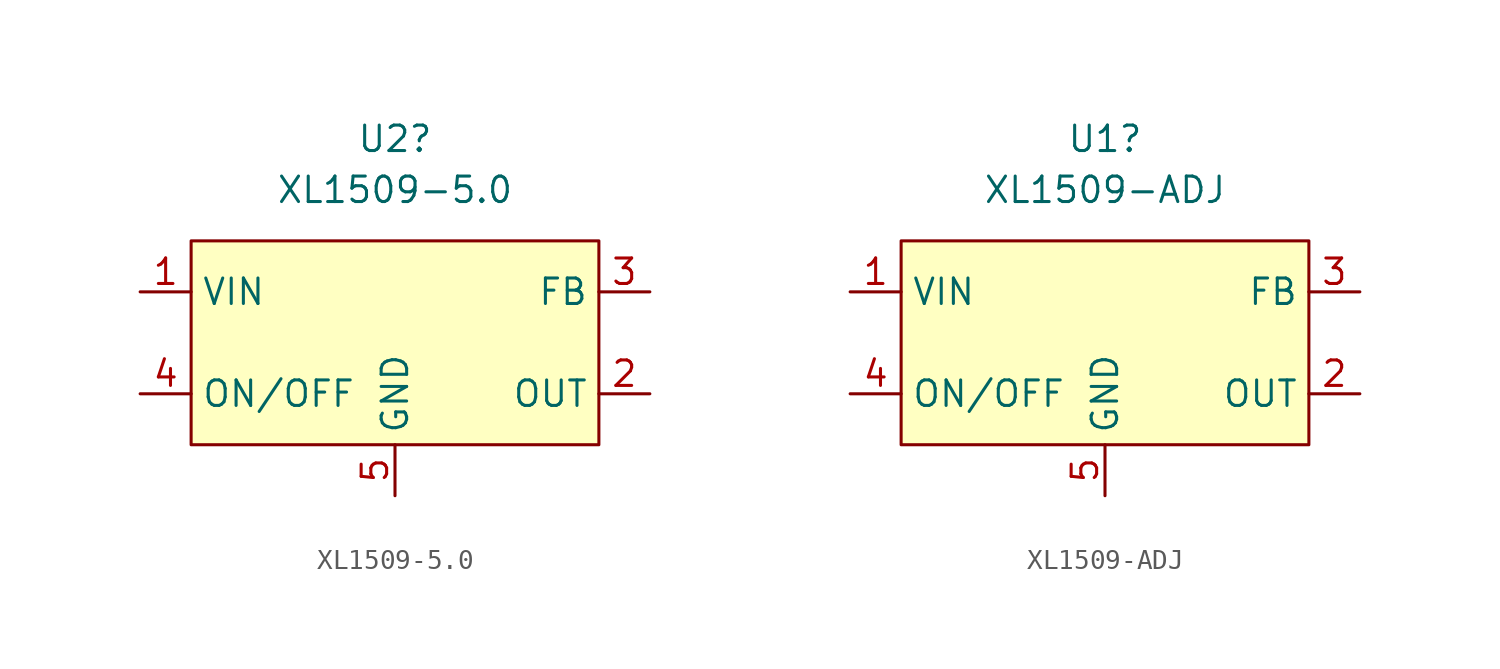
<source format=kicad_sym>
(kicad_symbol_lib
  (version 20211014)
  (generator kicad_symbol_editor)
  (symbol "XL1509-5.0"
    (property "Reference" "U2"
      (at 0 1.27 0)
      (effects (font (size 1.27 1.27))))
    (property "Value" "XL1509-5.0"
      (at 0 -1.27 0)
      (effects (font (size 1.27 1.27))))
    (symbol "XL1509-5.0_0_1"
      (rectangle (start -10.16 -3.81) (end 10.16 -13.97) (stroke (width 0) (type default) (color 0 0 0 0)) (fill (type background))))
    (symbol "XL1509-5.0_1_1"
      (pin power_in line (at -12.7 -6.35 0) (length 2.54) (name "VIN" (effects (font (size 1.27 1.27)))) (number "1" (effects (font (size 1.27 1.27)))))
      (pin power_out line (at 12.7 -11.43 180) (length 2.54) (name "OUT" (effects (font (size 1.27 1.27)))) (number "2" (effects (font (size 1.27 1.27)))))
      (pin output line (at 12.7 -6.35 180) (length 2.54) (name "FB" (effects (font (size 1.27 1.27)))) (number "3" (effects (font (size 1.27 1.27)))))
      (pin input line (at -12.7 -11.43 0) (length 2.54) (name "ON/OFF" (effects (font (size 1.27 1.27)))) (number "4" (effects (font (size 1.27 1.27)))))
      (pin power_in line (at 0 -16.51 90) (length 2.54) (name "GND" (effects (font (size 1.27 1.27)))) (number "5" (effects (font (size 1.27 1.27)))))))
  (symbol "XL1509-ADJ"
    (property "Reference" "U1"
      (at 0 2.54 0)
      (effects (font (size 1.27 1.27))))
    (property "Value" "XL1509-ADJ"
      (at 0 0 0)
      (effects (font (size 1.27 1.27))))
    (symbol "XL1509-ADJ_0_1"
      (rectangle (start -10.16 -2.54) (end 10.16 -12.7) (stroke (width 0) (type default) (color 0 0 0 0)) (fill (type background))))
    (symbol "XL1509-ADJ_1_1"
      (pin power_in line (at -12.7 -5.08 0) (length 2.54) (name "VIN" (effects (font (size 1.27 1.27)))) (number "1" (effects (font (size 1.27 1.27)))))
      (pin power_out line (at 12.7 -10.16 180) (length 2.54) (name "OUT" (effects (font (size 1.27 1.27)))) (number "2" (effects (font (size 1.27 1.27)))))
      (pin output line (at 12.7 -5.08 180) (length 2.54) (name "FB" (effects (font (size 1.27 1.27)))) (number "3" (effects (font (size 1.27 1.27)))))
      (pin input line (at -12.7 -10.16 0) (length 2.54) (name "ON/OFF" (effects (font (size 1.27 1.27)))) (number "4" (effects (font (size 1.27 1.27)))))
      (pin power_in line (at 0 -15.24 90) (length 2.54) (name "GND" (effects (font (size 1.27 1.27)))) (number "5" (effects (font (size 1.27 1.27))))))))
</source>
